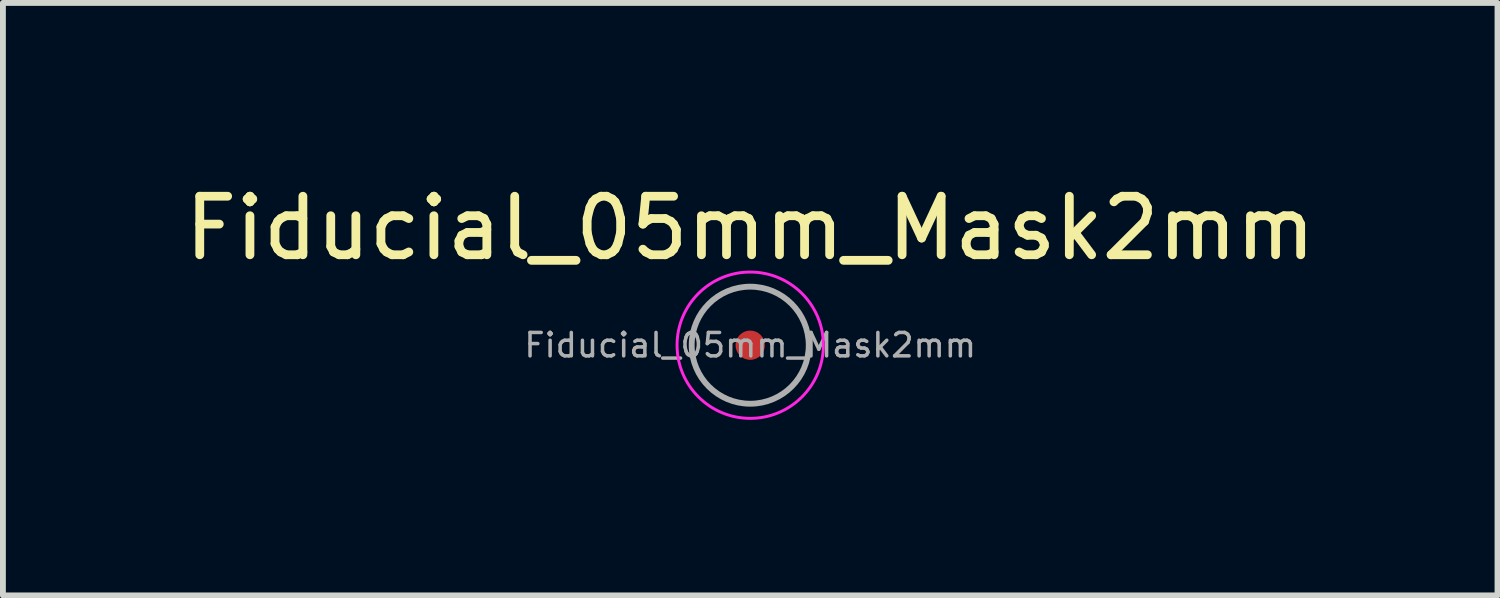
<source format=kicad_pcb>
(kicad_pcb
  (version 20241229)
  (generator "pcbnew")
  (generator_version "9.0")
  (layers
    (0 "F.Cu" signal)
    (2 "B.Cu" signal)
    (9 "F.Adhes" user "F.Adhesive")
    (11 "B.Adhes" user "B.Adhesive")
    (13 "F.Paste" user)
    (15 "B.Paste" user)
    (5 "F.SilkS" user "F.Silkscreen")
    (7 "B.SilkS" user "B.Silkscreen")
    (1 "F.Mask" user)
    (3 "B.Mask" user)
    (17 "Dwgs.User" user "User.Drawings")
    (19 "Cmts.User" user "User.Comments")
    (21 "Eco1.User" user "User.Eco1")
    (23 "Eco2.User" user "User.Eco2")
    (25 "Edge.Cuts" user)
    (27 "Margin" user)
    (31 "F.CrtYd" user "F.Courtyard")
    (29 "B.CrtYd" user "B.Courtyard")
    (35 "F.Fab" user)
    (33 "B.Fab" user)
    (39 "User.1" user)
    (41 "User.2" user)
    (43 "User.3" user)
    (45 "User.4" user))
  (footprint "Fiducial_05mm_Mask2mm"
    (layer "F.Cu")
    (at 9.768 2.848)
    (property "Reference" "Fiducial_05mm_Mask2mm" (at 0 -2 0) (layer "F.SilkS") (effects (font (size 1 1) (thickness 0.15))))
    (attr smd)
    (fp_circle (center 0 0) (end 1.25 0) (stroke (width 0.05) (type solid)) (fill no) (layer "F.CrtYd"))
    (fp_circle (center 0 0) (end 1 0) (stroke (width 0.1) (type solid)) (fill no) (layer "F.Fab"))
    (fp_text user "${REFERENCE}" (at 0 0 0) (layer "F.Fab") (effects (font (size 0.4 0.4) (thickness 0.06))))
    (pad "" smd circle (at 0 0) (size 0.5 0.5) (layers "F.Cu" "F.Mask")))
  (gr_rect
    (start -3 -3)
    (end 22.536 7.123)
    (stroke (width 0.1) (type default))
    (fill no)
    (layer "Edge.Cuts")))
</source>
